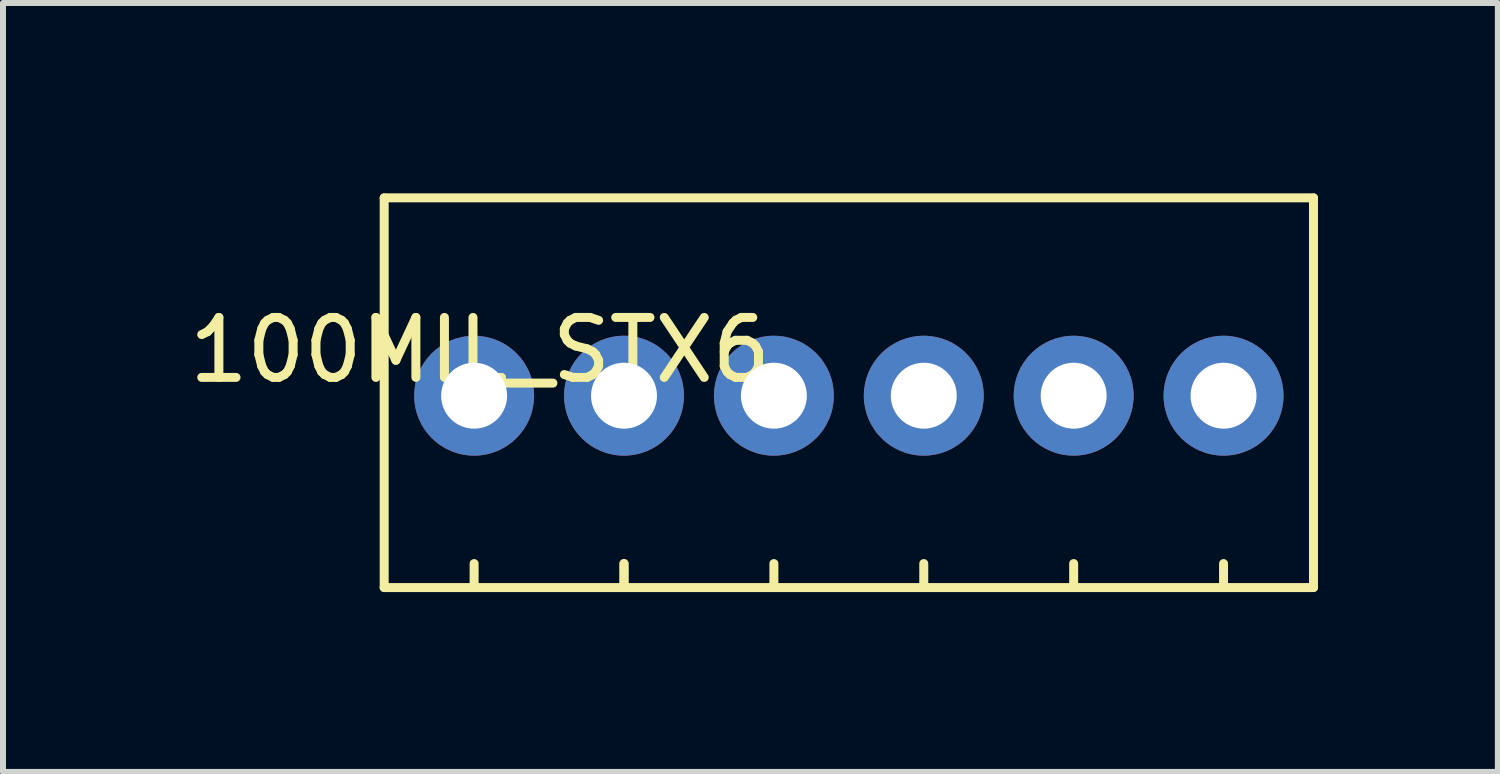
<source format=kicad_pcb>
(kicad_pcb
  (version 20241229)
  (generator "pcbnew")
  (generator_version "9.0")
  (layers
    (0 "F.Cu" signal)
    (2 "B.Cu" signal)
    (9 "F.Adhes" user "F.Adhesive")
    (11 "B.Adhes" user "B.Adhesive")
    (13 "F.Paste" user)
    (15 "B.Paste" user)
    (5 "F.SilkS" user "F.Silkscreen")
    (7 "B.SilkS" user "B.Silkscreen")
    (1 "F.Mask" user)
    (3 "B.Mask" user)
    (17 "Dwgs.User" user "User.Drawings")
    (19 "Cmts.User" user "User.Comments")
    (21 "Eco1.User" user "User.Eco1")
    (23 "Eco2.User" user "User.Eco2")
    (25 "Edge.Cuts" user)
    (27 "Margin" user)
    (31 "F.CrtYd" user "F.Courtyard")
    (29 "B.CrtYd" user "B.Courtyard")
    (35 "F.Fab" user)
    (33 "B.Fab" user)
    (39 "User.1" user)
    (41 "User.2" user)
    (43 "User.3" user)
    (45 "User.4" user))
  (footprint "100MIL_STX6"
    (layer "F.Cu")
    (at 3.358 0.25)
    (property "Reference" "100MIL_STX6" (at 1.6 2.54 0) (layer "F.SilkS") (effects (font (size 1 1) (thickness 0.15))))
    (attr through_hole)
    (fp_line (start 0 0) (end 0 6.5) (stroke (width 0.15) (type solid)) (layer "F.SilkS"))
    (fp_line (start 0 0) (end 15.5 0) (stroke (width 0.15) (type solid)) (layer "F.SilkS"))
    (fp_line (start 0 6.5) (end 15.5 6.5) (stroke (width 0.15) (type solid)) (layer "F.SilkS"))
    (fp_line (start 1.5 6.5) (end 1.5 6.1) (stroke (width 0.15) (type solid)) (layer "F.SilkS"))
    (fp_line (start 4 6.5) (end 4 6.1) (stroke (width 0.15) (type solid)) (layer "F.SilkS"))
    (fp_line (start 4 6.5) (end 4 6.1) (stroke (width 0.15) (type solid)) (layer "F.SilkS"))
    (fp_line (start 6.5 6.5) (end 6.5 6.1) (stroke (width 0.15) (type solid)) (layer "F.SilkS"))
    (fp_line (start 9 6.5) (end 9 6.1) (stroke (width 0.15) (type solid)) (layer "F.SilkS"))
    (fp_line (start 11.5 6.5) (end 11.5 6.1) (stroke (width 0.15) (type solid)) (layer "F.SilkS"))
    (fp_line (start 14 6.5) (end 14 6.1) (stroke (width 0.15) (type solid)) (layer "F.SilkS"))
    (fp_line (start 15.5 0) (end 15.5 6.5) (stroke (width 0.15) (type solid)) (layer "F.SilkS"))
    (pad "1" thru_hole circle (at 1.5 3.3) (size 2 2) (drill 1.1) (layers "*.Cu" "*.Mask"))
    (pad "2" thru_hole circle (at 4 3.3) (size 2 2) (drill 1.1) (layers "*.Cu" "*.Mask"))
    (pad "3" thru_hole circle (at 6.5 3.3) (size 2 2) (drill 1.1) (layers "*.Cu" "*.Mask"))
    (pad "4" thru_hole circle (at 9 3.3) (size 2 2) (drill 1.1) (layers "*.Cu" "*.Mask"))
    (pad "5" thru_hole circle (at 11.5 3.3) (size 2 2) (drill 1.1) (layers "*.Cu" "*.Mask"))
    (pad "6" thru_hole circle (at 14 3.3) (size 2 2) (drill 1.1) (layers "*.Cu" "*.Mask")))
  (gr_rect
    (start -3 -3)
    (end 21.933 9.825)
    (stroke (width 0.1) (type default))
    (fill no)
    (layer "Edge.Cuts")))
</source>
